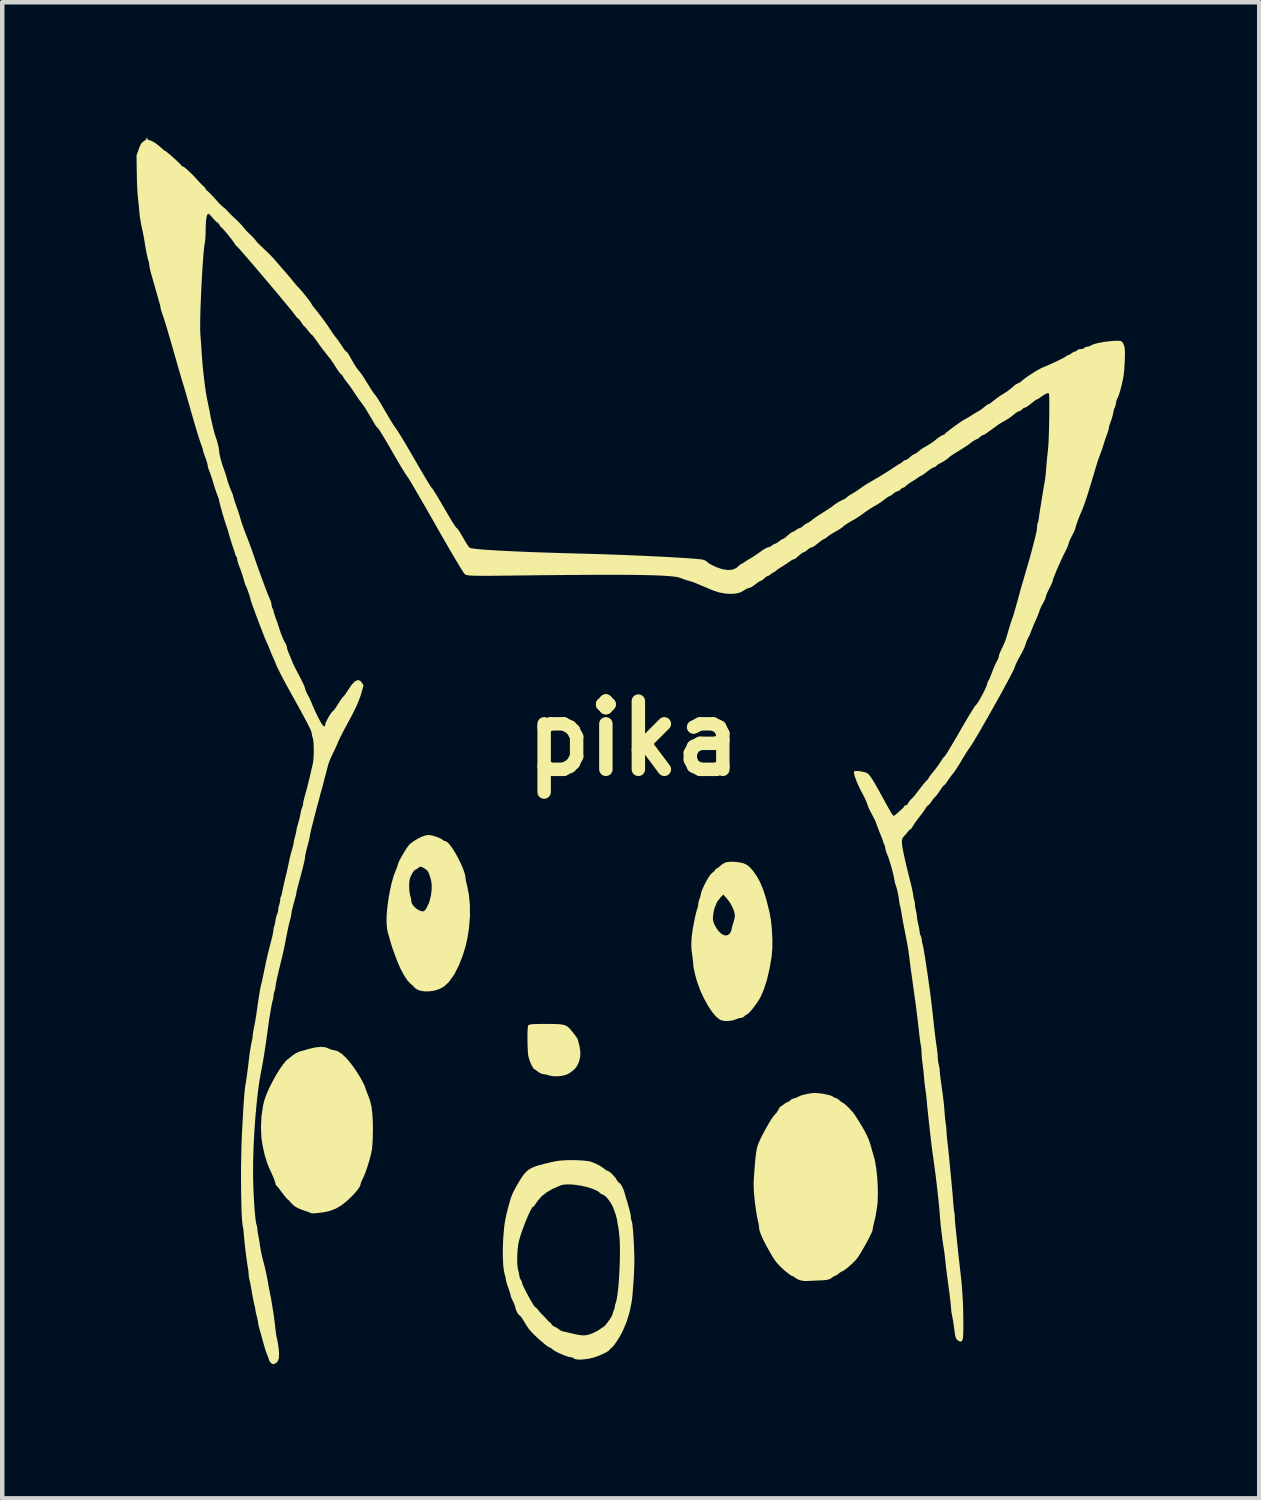
<source format=kicad_pcb>
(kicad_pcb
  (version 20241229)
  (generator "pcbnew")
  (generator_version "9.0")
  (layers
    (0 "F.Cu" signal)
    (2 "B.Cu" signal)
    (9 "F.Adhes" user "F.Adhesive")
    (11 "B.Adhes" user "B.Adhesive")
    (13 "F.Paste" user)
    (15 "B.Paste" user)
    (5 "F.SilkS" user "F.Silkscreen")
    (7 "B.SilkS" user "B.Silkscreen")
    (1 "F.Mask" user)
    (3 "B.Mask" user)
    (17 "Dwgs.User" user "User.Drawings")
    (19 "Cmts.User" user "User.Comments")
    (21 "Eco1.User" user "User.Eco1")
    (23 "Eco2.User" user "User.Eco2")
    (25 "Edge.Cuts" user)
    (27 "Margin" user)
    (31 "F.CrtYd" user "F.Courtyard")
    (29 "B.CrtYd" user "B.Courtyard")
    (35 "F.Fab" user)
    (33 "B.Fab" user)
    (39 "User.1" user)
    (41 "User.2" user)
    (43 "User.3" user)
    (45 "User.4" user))
  (footprint "pika"
    (layer "F.Cu")
    (at 11.101 13.446)
    (property "Reference" "pika" (at 0 0 0) (layer "F.SilkS") (effects (font (size 1.524 1.524) (thickness 0.3))))
    (attr board_only exclude_from_pos_files exclude_from_bom)
    (fp_poly (pts (xy -1.849 6.377) (xy -1.743 6.379) (xy -1.659 6.383) (xy -1.593 6.391) (xy -1.54 6.403) (xy -1.498 6.422) (xy -1.461 6.447) (xy -1.426 6.481) (xy -1.388 6.524) (xy -1.368 6.549) (xy -1.316 6.614) (xy -1.274 6.672) (xy -1.248 6.714) (xy -1.244 6.725) (xy -1.205 6.876) (xy -1.187 7) (xy -1.19 7.107) (xy -1.213 7.207) (xy -1.228 7.249) (xy -1.259 7.312) (xy -1.296 7.365) (xy -1.349 7.416) (xy -1.418 7.469) (xy -1.489 7.507) (xy -1.58 7.533) (xy -1.681 7.546) (xy -1.781 7.546) (xy -1.872 7.531) (xy -1.898 7.522) (xy -1.954 7.507) (xy -2.01 7.499) (xy -2.015 7.499) (xy -2.065 7.486) (xy -2.121 7.454) (xy -2.134 7.444) (xy -2.175 7.412) (xy -2.205 7.392) (xy -2.212 7.39) (xy -2.237 7.367) (xy -2.27 7.312) (xy -2.305 7.237) (xy -2.333 7.157) (xy -2.351 7.085) (xy -2.351 7.084) (xy -2.359 6.999) (xy -2.365 6.888) (xy -2.368 6.765) (xy -2.369 6.642) (xy -2.366 6.534) (xy -2.361 6.453) (xy -2.354 6.414) (xy -2.343 6.402) (xy -2.32 6.392) (xy -2.282 6.385) (xy -2.226 6.381) (xy -2.148 6.378) (xy -2.045 6.377) (xy -1.981 6.377)) (stroke (width 0) (type solid)) (fill yes) (layer "F.SilkS"))
    (fp_poly (pts (xy -6.889 6.897) (xy -6.824 6.92) (xy -6.767 6.945) (xy -6.713 6.96) (xy -6.688 6.964) (xy -6.607 6.985) (xy -6.513 7.048) (xy -6.406 7.15) (xy -6.345 7.221) (xy -6.268 7.321) (xy -6.191 7.432) (xy -6.12 7.545) (xy -6.058 7.653) (xy -6.012 7.746) (xy -5.99 7.804) (xy -5.966 7.878) (xy -5.933 7.96) (xy -5.925 7.979) (xy -5.882 8.098) (xy -5.851 8.234) (xy -5.832 8.397) (xy -5.822 8.595) (xy -5.821 8.724) (xy -5.824 8.913) (xy -5.831 9.065) (xy -5.841 9.174) (xy -5.843 9.184) (xy -5.868 9.304) (xy -5.905 9.443) (xy -5.949 9.584) (xy -5.993 9.71) (xy -6.034 9.805) (xy -6.039 9.815) (xy -6.069 9.876) (xy -6.088 9.923) (xy -6.092 9.939) (xy -6.106 9.994) (xy -6.148 10.064) (xy -6.219 10.15) (xy -6.256 10.191) (xy -6.394 10.326) (xy -6.521 10.427) (xy -6.645 10.5) (xy -6.775 10.551) (xy -6.811 10.561) (xy -6.866 10.573) (xy -6.932 10.585) (xy -7.003 10.594) (xy -7.072 10.602) (xy -7.133 10.607) (xy -7.179 10.608) (xy -7.203 10.605) (xy -7.205 10.603) (xy -7.221 10.595) (xy -7.26 10.579) (xy -7.313 10.56) (xy -7.33 10.555) (xy -7.429 10.52) (xy -7.504 10.487) (xy -7.563 10.453) (xy -7.61 10.415) (xy -7.647 10.375) (xy -7.685 10.331) (xy -7.714 10.303) (xy -7.723 10.299) (xy -7.74 10.284) (xy -7.775 10.243) (xy -7.822 10.183) (xy -7.855 10.139) (xy -7.907 10.071) (xy -7.949 10.017) (xy -7.977 9.985) (xy -7.985 9.979) (xy -7.996 9.958) (xy -7.997 9.951) (xy -8.007 9.905) (xy -8.034 9.829) (xy -8.077 9.729) (xy -8.124 9.629) (xy -8.183 9.485) (xy -8.237 9.308) (xy -8.281 9.119) (xy -8.309 8.937) (xy -8.311 8.925) (xy -8.322 8.687) (xy -8.31 8.444) (xy -8.277 8.213) (xy -8.245 8.081) (xy -8.204 7.962) (xy -8.145 7.826) (xy -8.074 7.683) (xy -7.996 7.54) (xy -7.916 7.407) (xy -7.838 7.294) (xy -7.769 7.209) (xy -7.727 7.169) (xy -7.691 7.142) (xy -7.643 7.103) (xy -7.613 7.079) (xy -7.552 7.038) (xy -7.483 7.003) (xy -7.448 6.991) (xy -7.383 6.973) (xy -7.308 6.952) (xy -7.255 6.936) (xy -7.108 6.902) (xy -6.987 6.889)) (stroke (width 0) (type solid)) (fill yes) (layer "F.SilkS"))
    (fp_poly (pts (xy 2.26 2.756) (xy 2.262 2.756) (xy 2.369 2.768) (xy 2.454 2.787) (xy 2.524 2.819) (xy 2.586 2.865) (xy 2.648 2.93) (xy 2.656 2.939) (xy 2.748 3.066) (xy 2.829 3.213) (xy 2.902 3.39) (xy 2.969 3.603) (xy 3.034 3.861) (xy 3.039 3.882) (xy 3.071 4.063) (xy 3.092 4.271) (xy 3.103 4.488) (xy 3.101 4.695) (xy 3.086 4.874) (xy 3.084 4.883) (xy 3.038 5.151) (xy 2.98 5.395) (xy 2.913 5.605) (xy 2.84 5.774) (xy 2.814 5.819) (xy 2.761 5.902) (xy 2.701 5.985) (xy 2.643 6.06) (xy 2.591 6.119) (xy 2.551 6.155) (xy 2.535 6.163) (xy 2.505 6.179) (xy 2.482 6.202) (xy 2.447 6.23) (xy 2.402 6.242) (xy 2.4 6.242) (xy 2.347 6.251) (xy 2.295 6.27) (xy 2.222 6.296) (xy 2.136 6.31) (xy 2.049 6.311) (xy 1.971 6.298) (xy 1.928 6.281) (xy 1.845 6.214) (xy 1.756 6.108) (xy 1.664 5.97) (xy 1.576 5.81) (xy 1.495 5.636) (xy 1.429 5.457) (xy 1.404 5.377) (xy 1.375 5.266) (xy 1.352 5.163) (xy 1.338 5.085) (xy 1.335 5.055) (xy 1.331 4.982) (xy 1.319 4.888) (xy 1.313 4.845) (xy 1.296 4.718) (xy 1.291 4.59) (xy 1.298 4.452) (xy 1.318 4.294) (xy 1.352 4.105) (xy 1.363 4.052) (xy 1.775 4.052) (xy 1.791 4.116) (xy 1.827 4.193) (xy 1.827 4.193) (xy 1.89 4.292) (xy 1.96 4.361) (xy 2.03 4.398) (xy 2.096 4.398) (xy 2.15 4.36) (xy 2.157 4.35) (xy 2.181 4.303) (xy 2.191 4.265) (xy 2.199 4.222) (xy 2.218 4.155) (xy 2.228 4.122) (xy 2.251 4.046) (xy 2.264 3.98) (xy 2.265 3.961) (xy 2.253 3.879) (xy 2.219 3.785) (xy 2.168 3.688) (xy 2.106 3.6) (xy 2.098 3.591) (xy 2.009 3.487) (xy 1.946 3.548) (xy 1.866 3.654) (xy 1.81 3.79) (xy 1.789 3.881) (xy 1.775 3.981) (xy 1.775 4.052) (xy 1.363 4.052) (xy 1.378 3.98) (xy 1.398 3.895) (xy 1.416 3.827) (xy 1.426 3.801) (xy 1.441 3.747) (xy 1.447 3.696) (xy 1.46 3.623) (xy 1.476 3.579) (xy 1.495 3.529) (xy 1.5 3.499) (xy 1.511 3.444) (xy 1.54 3.366) (xy 1.581 3.276) (xy 1.629 3.184) (xy 1.678 3.101) (xy 1.724 3.036) (xy 1.759 3.001) (xy 1.762 2.999) (xy 1.798 2.972) (xy 1.817 2.946) (xy 1.84 2.913) (xy 1.851 2.908) (xy 1.876 2.897) (xy 1.905 2.874) (xy 1.972 2.817) (xy 2.032 2.78) (xy 2.094 2.76) (xy 2.167 2.753)) (stroke (width 0) (type solid)) (fill yes) (layer "F.SilkS"))
    (fp_poly (pts (xy -4.525 2.163) (xy -4.46 2.179) (xy -4.393 2.2) (xy -4.332 2.224) (xy -4.286 2.248) (xy -4.273 2.257) (xy -4.233 2.285) (xy -4.201 2.295) (xy -4.158 2.316) (xy -4.104 2.373) (xy -4.041 2.459) (xy -3.975 2.565) (xy -3.911 2.683) (xy -3.852 2.805) (xy -3.802 2.923) (xy -3.767 3.028) (xy -3.751 3.114) (xy -3.751 3.129) (xy -3.744 3.173) (xy -3.729 3.243) (xy -3.718 3.283) (xy -3.677 3.486) (xy -3.655 3.717) (xy -3.653 3.964) (xy -3.672 4.214) (xy -3.675 4.241) (xy -3.71 4.46) (xy -3.755 4.658) (xy -3.815 4.851) (xy -3.896 5.057) (xy -4.002 5.27) (xy -4.12 5.436) (xy -4.229 5.539) (xy -4.32 5.591) (xy -4.429 5.628) (xy -4.547 5.648) (xy -4.663 5.65) (xy -4.767 5.633) (xy -4.804 5.62) (xy -4.847 5.598) (xy -4.878 5.577) (xy -4.885 5.569) (xy -4.904 5.548) (xy -4.941 5.513) (xy -4.987 5.472) (xy -5.059 5.393) (xy -5.137 5.273) (xy -5.214 5.123) (xy -5.287 4.952) (xy -5.302 4.909) (xy -5.333 4.825) (xy -5.361 4.749) (xy -5.372 4.721) (xy -5.393 4.658) (xy -5.42 4.571) (xy -5.438 4.507) (xy -5.462 4.421) (xy -5.483 4.35) (xy -5.492 4.317) (xy -5.502 4.265) (xy -5.511 4.182) (xy -5.515 4.125) (xy -5.516 3.979) (xy -5.502 3.802) (xy -5.477 3.608) (xy -5.443 3.412) (xy -5.419 3.302) (xy -5.011 3.302) (xy -5.006 3.409) (xy -4.994 3.488) (xy -4.988 3.507) (xy -4.97 3.573) (xy -4.966 3.619) (xy -4.952 3.68) (xy -4.914 3.742) (xy -4.858 3.797) (xy -4.802 3.832) (xy -4.74 3.858) (xy -4.697 3.863) (xy -4.664 3.844) (xy -4.631 3.801) (xy -4.627 3.795) (xy -4.562 3.659) (xy -4.522 3.497) (xy -4.51 3.385) (xy -4.507 3.29) (xy -4.513 3.216) (xy -4.531 3.137) (xy -4.543 3.096) (xy -4.57 3.014) (xy -4.597 2.963) (xy -4.634 2.927) (xy -4.671 2.903) (xy -4.721 2.874) (xy -4.753 2.864) (xy -4.78 2.871) (xy -4.808 2.892) (xy -4.847 2.921) (xy -4.877 2.935) (xy -4.88 2.935) (xy -4.902 2.953) (xy -4.934 3.001) (xy -4.957 3.042) (xy -4.988 3.109) (xy -5.004 3.168) (xy -5.01 3.24) (xy -5.011 3.302) (xy -5.419 3.302) (xy -5.402 3.226) (xy -5.356 3.065) (xy -5.309 2.942) (xy -5.308 2.941) (xy -5.282 2.879) (xy -5.267 2.831) (xy -5.266 2.82) (xy -5.255 2.785) (xy -5.227 2.725) (xy -5.187 2.649) (xy -5.139 2.567) (xy -5.091 2.488) (xy -5.046 2.42) (xy -5.01 2.374) (xy -5 2.364) (xy -4.915 2.298) (xy -4.82 2.239) (xy -4.725 2.193) (xy -4.638 2.164) (xy -4.576 2.156)) (stroke (width 0) (type solid)) (fill yes) (layer "F.SilkS"))
    (fp_poly (pts (xy 4.12 7.923) (xy 4.197 7.932) (xy 4.275 7.945) (xy 4.346 7.961) (xy 4.405 7.977) (xy 4.443 7.993) (xy 4.451 7.999) (xy 4.49 8.025) (xy 4.515 8.031) (xy 4.548 8.043) (xy 4.59 8.074) (xy 4.602 8.084) (xy 4.641 8.118) (xy 4.669 8.136) (xy 4.675 8.138) (xy 4.699 8.151) (xy 4.743 8.187) (xy 4.799 8.24) (xy 4.861 8.305) (xy 4.891 8.338) (xy 4.927 8.385) (xy 4.977 8.459) (xy 5.036 8.552) (xy 5.097 8.654) (xy 5.105 8.667) (xy 5.174 8.789) (xy 5.224 8.889) (xy 5.262 8.978) (xy 5.292 9.068) (xy 5.304 9.111) (xy 5.33 9.206) (xy 5.353 9.285) (xy 5.367 9.334) (xy 5.369 9.338) (xy 5.4 9.462) (xy 5.425 9.624) (xy 5.445 9.809) (xy 5.456 10.004) (xy 5.459 10.194) (xy 5.453 10.363) (xy 5.446 10.432) (xy 5.41 10.663) (xy 5.362 10.867) (xy 5.362 10.868) (xy 5.347 10.934) (xy 5.341 10.983) (xy 5.331 11.014) (xy 5.303 11.076) (xy 5.261 11.16) (xy 5.208 11.259) (xy 5.172 11.325) (xy 5.103 11.445) (xy 5.049 11.535) (xy 5.002 11.604) (xy 4.956 11.66) (xy 4.904 11.713) (xy 4.849 11.763) (xy 4.786 11.818) (xy 4.73 11.862) (xy 4.689 11.892) (xy 4.67 11.9) (xy 4.64 11.912) (xy 4.598 11.941) (xy 4.583 11.953) (xy 4.541 11.985) (xy 4.507 12.004) (xy 4.499 12.005) (xy 4.471 12.018) (xy 4.431 12.046) (xy 4.424 12.052) (xy 4.392 12.073) (xy 4.347 12.088) (xy 4.283 12.099) (xy 4.195 12.105) (xy 4.178 12.106) (xy 4.093 12.109) (xy 4.007 12.113) (xy 3.931 12.117) (xy 3.878 12.12) (xy 3.811 12.119) (xy 3.743 12.108) (xy 3.698 12.094) (xy 3.649 12.07) (xy 3.61 12.045) (xy 3.597 12.034) (xy 3.56 12.01) (xy 3.541 12.006) (xy 3.516 11.995) (xy 3.472 11.963) (xy 3.413 11.916) (xy 3.347 11.86) (xy 3.268 11.785) (xy 3.204 11.716) (xy 3.147 11.64) (xy 3.086 11.543) (xy 3.05 11.48) (xy 2.96 11.318) (xy 2.89 11.179) (xy 2.84 11.065) (xy 2.812 10.978) (xy 2.806 10.934) (xy 2.8 10.873) (xy 2.785 10.798) (xy 2.784 10.796) (xy 2.758 10.673) (xy 2.733 10.518) (xy 2.711 10.354) (xy 2.696 10.203) (xy 2.693 10.165) (xy 2.687 10.063) (xy 2.685 9.985) (xy 2.685 9.913) (xy 2.689 9.828) (xy 2.697 9.712) (xy 2.699 9.685) (xy 2.714 9.489) (xy 2.728 9.339) (xy 2.744 9.224) (xy 2.761 9.137) (xy 2.782 9.07) (xy 2.782 9.069) (xy 2.815 8.992) (xy 2.861 8.895) (xy 2.916 8.788) (xy 2.976 8.68) (xy 3.034 8.58) (xy 3.086 8.495) (xy 3.127 8.436) (xy 3.149 8.412) (xy 3.194 8.364) (xy 3.234 8.3) (xy 3.236 8.296) (xy 3.264 8.245) (xy 3.287 8.219) (xy 3.291 8.217) (xy 3.316 8.206) (xy 3.35 8.178) (xy 3.396 8.145) (xy 3.444 8.122) (xy 3.481 8.105) (xy 3.503 8.085) (xy 3.504 8.083) (xy 3.522 8.066) (xy 3.559 8.049) (xy 3.582 8.042) (xy 3.634 8.025) (xy 3.679 8.005) (xy 3.691 7.998) (xy 3.728 7.981) (xy 3.786 7.963) (xy 3.856 7.946) (xy 3.93 7.931) (xy 3.999 7.922) (xy 4.051 7.919)) (stroke (width 0) (type solid)) (fill yes) (layer "F.SilkS"))
    (fp_poly (pts (xy -1.237 9.422) (xy -1.13 9.428) (xy -1.037 9.438) (xy -0.965 9.451) (xy -0.945 9.457) (xy -0.837 9.5) (xy -0.741 9.55) (xy -0.664 9.602) (xy -0.643 9.621) (xy -0.607 9.648) (xy -0.58 9.658) (xy -0.547 9.673) (xy -0.499 9.711) (xy -0.448 9.762) (xy -0.402 9.817) (xy -0.376 9.857) (xy -0.347 9.903) (xy -0.324 9.925) (xy -0.322 9.925) (xy -0.295 9.946) (xy -0.26 9.998) (xy -0.227 10.067) (xy -0.206 10.125) (xy -0.189 10.186) (xy -0.162 10.277) (xy -0.131 10.381) (xy -0.122 10.411) (xy -0.094 10.512) (xy -0.072 10.602) (xy -0.061 10.666) (xy -0.06 10.679) (xy -0.053 10.743) (xy -0.042 10.774) (xy -0.03 10.819) (xy -0.019 10.907) (xy -0.007 11.03) (xy 0.003 11.177) (xy 0.011 11.338) (xy 0.017 11.505) (xy 0.02 11.646) (xy 0.018 11.774) (xy 0.012 11.936) (xy 0.002 12.115) (xy -0.011 12.293) (xy -0.025 12.454) (xy -0.039 12.578) (xy -0.04 12.579) (xy -0.085 12.806) (xy -0.154 13.031) (xy -0.243 13.243) (xy -0.312 13.37) (xy -0.365 13.454) (xy -0.415 13.527) (xy -0.455 13.578) (xy -0.473 13.595) (xy -0.507 13.625) (xy -0.529 13.649) (xy -0.529 13.65) (xy -0.56 13.682) (xy -0.62 13.719) (xy -0.708 13.761) (xy -0.823 13.807) (xy -0.825 13.808) (xy -0.908 13.834) (xy -0.998 13.855) (xy -1.089 13.868) (xy -1.174 13.875) (xy -1.247 13.874) (xy -1.303 13.864) (xy -1.335 13.847) (xy -1.365 13.829) (xy -1.407 13.82) (xy -1.41 13.82) (xy -1.452 13.813) (xy -1.511 13.794) (xy -1.579 13.767) (xy -1.651 13.736) (xy -1.718 13.703) (xy -1.774 13.672) (xy -1.811 13.646) (xy -1.821 13.634) (xy -1.847 13.612) (xy -1.871 13.607) (xy -1.895 13.595) (xy -1.941 13.563) (xy -2.003 13.514) (xy -2.074 13.453) (xy -2.116 13.416) (xy -2.208 13.331) (xy -2.279 13.258) (xy -2.337 13.19) (xy -2.386 13.12) (xy -2.425 13.056) (xy -2.47 12.981) (xy -2.51 12.923) (xy -2.538 12.891) (xy -2.545 12.887) (xy -2.569 12.867) (xy -2.6 12.819) (xy -2.626 12.761) (xy -2.64 12.712) (xy -2.64 12.707) (xy -2.65 12.669) (xy -2.674 12.61) (xy -2.693 12.57) (xy -2.723 12.506) (xy -2.742 12.456) (xy -2.746 12.439) (xy -2.753 12.404) (xy -2.773 12.339) (xy -2.798 12.269) (xy -2.826 12.189) (xy -2.845 12.121) (xy -2.851 12.086) (xy -2.859 12.032) (xy -2.871 11.992) (xy -2.893 11.904) (xy -2.909 11.774) (xy -2.917 11.611) (xy -2.918 11.592) (xy -2.597 11.592) (xy -2.596 11.717) (xy -2.588 11.82) (xy -2.574 11.887) (xy -2.573 11.888) (xy -2.556 11.954) (xy -2.551 11.999) (xy -2.538 12.058) (xy -2.52 12.086) (xy -2.497 12.126) (xy -2.49 12.158) (xy -2.48 12.191) (xy -2.453 12.253) (xy -2.414 12.332) (xy -2.368 12.421) (xy -2.319 12.511) (xy -2.272 12.592) (xy -2.233 12.656) (xy -2.206 12.694) (xy -2.197 12.7) (xy -2.176 12.715) (xy -2.141 12.752) (xy -2.118 12.78) (xy -2.081 12.826) (xy -2.055 12.855) (xy -2.048 12.86) (xy -2.033 12.873) (xy -2 12.908) (xy -1.959 12.953) (xy -1.915 13.002) (xy -1.88 13.035) (xy -1.863 13.047) (xy -1.843 13.065) (xy -1.831 13.086) (xy -1.804 13.117) (xy -1.764 13.14) (xy -1.758 13.143) (xy -1.711 13.165) (xy -1.671 13.195) (xy -1.669 13.197) (xy -1.634 13.223) (xy -1.584 13.243) (xy -1.564 13.248) (xy -1.517 13.258) (xy -1.451 13.273) (xy -1.378 13.291) (xy -1.35 13.297) (xy -1.233 13.323) (xy -1.137 13.334) (xy -1.054 13.33) (xy -0.976 13.311) (xy -0.909 13.284) (xy -0.845 13.253) (xy -0.787 13.221) (xy -0.746 13.195) (xy -0.74 13.191) (xy -0.706 13.166) (xy -0.684 13.154) (xy -0.683 13.154) (xy -0.658 13.137) (xy -0.619 13.095) (xy -0.574 13.038) (xy -0.529 12.976) (xy -0.493 12.918) (xy -0.472 12.875) (xy -0.471 12.868) (xy -0.455 12.807) (xy -0.441 12.778) (xy -0.423 12.73) (xy -0.42 12.706) (xy -0.411 12.651) (xy -0.4 12.622) (xy -0.379 12.552) (xy -0.36 12.437) (xy -0.342 12.288) (xy -0.327 12.114) (xy -0.315 11.924) (xy -0.307 11.727) (xy -0.303 11.534) (xy -0.303 11.353) (xy -0.309 11.193) (xy -0.315 11.113) (xy -0.326 11.012) (xy -0.337 10.929) (xy -0.346 10.88) (xy -0.346 10.879) (xy -0.358 10.826) (xy -0.36 10.804) (xy -0.369 10.743) (xy -0.391 10.657) (xy -0.423 10.561) (xy -0.457 10.471) (xy -0.491 10.403) (xy -0.549 10.316) (xy -0.606 10.246) (xy -0.656 10.203) (xy -0.685 10.192) (xy -0.72 10.177) (xy -0.743 10.157) (xy -0.79 10.118) (xy -0.862 10.081) (xy -0.952 10.047) (xy -1.055 10.017) (xy -1.166 9.992) (xy -1.279 9.974) (xy -1.388 9.963) (xy -1.487 9.961) (xy -1.571 9.969) (xy -1.62 9.981) (xy -1.793 10.054) (xy -1.936 10.136) (xy -2.053 10.228) (xy -2.142 10.331) (xy -2.165 10.366) (xy -2.201 10.419) (xy -2.23 10.453) (xy -2.241 10.459) (xy -2.264 10.48) (xy -2.298 10.54) (xy -2.341 10.629) (xy -2.389 10.739) (xy -2.438 10.862) (xy -2.485 10.989) (xy -2.526 11.112) (xy -2.558 11.223) (xy -2.563 11.243) (xy -2.58 11.34) (xy -2.592 11.462) (xy -2.597 11.592) (xy -2.918 11.592) (xy -2.919 11.427) (xy -2.913 11.232) (xy -2.91 11.179) (xy -2.898 11.016) (xy -2.885 10.886) (xy -2.868 10.772) (xy -2.844 10.655) (xy -2.81 10.517) (xy -2.791 10.445) (xy -2.757 10.323) (xy -2.726 10.228) (xy -2.692 10.146) (xy -2.648 10.06) (xy -2.589 9.955) (xy -2.586 9.951) (xy -2.532 9.86) (xy -2.482 9.783) (xy -2.435 9.721) (xy -2.386 9.669) (xy -2.331 9.626) (xy -2.267 9.59) (xy -2.191 9.558) (xy -2.097 9.529) (xy -1.984 9.499) (xy -1.846 9.467) (xy -1.755 9.447) (xy -1.676 9.434) (xy -1.578 9.425) (xy -1.468 9.42) (xy -1.352 9.419)) (stroke (width 0) (type solid)) (fill yes) (layer "F.SilkS"))
    (fp_poly (pts (xy -10.864 -13.426) (xy -10.864 -13.414) (xy -10.85 -13.375) (xy -10.828 -13.367) (xy -10.775 -13.353) (xy -10.705 -13.316) (xy -10.627 -13.26) (xy -10.567 -13.209) (xy -10.52 -13.167) (xy -10.483 -13.137) (xy -10.465 -13.127) (xy -10.445 -13.115) (xy -10.405 -13.084) (xy -10.352 -13.04) (xy -10.292 -12.987) (xy -10.231 -12.932) (xy -10.176 -12.88) (xy -10.132 -12.838) (xy -10.107 -12.81) (xy -10.104 -12.804) (xy -10.083 -12.782) (xy -10.07 -12.778) (xy -10.042 -12.766) (xy -10.001 -12.734) (xy -9.977 -12.713) (xy -9.929 -12.668) (xy -9.886 -12.628) (xy -9.872 -12.615) (xy -9.841 -12.585) (xy -9.795 -12.535) (xy -9.741 -12.476) (xy -9.731 -12.465) (xy -9.678 -12.407) (xy -9.63 -12.359) (xy -9.597 -12.328) (xy -9.593 -12.325) (xy -9.566 -12.298) (xy -9.557 -12.274) (xy -9.545 -12.248) (xy -9.54 -12.246) (xy -9.519 -12.233) (xy -9.479 -12.196) (xy -9.426 -12.142) (xy -9.365 -12.077) (xy -9.302 -12.007) (xy -9.279 -11.98) (xy -9.23 -11.928) (xy -9.18 -11.883) (xy -9.167 -11.873) (xy -9.117 -11.831) (xy -9.07 -11.782) (xy -9.069 -11.782) (xy -9.036 -11.745) (xy -8.984 -11.693) (xy -8.924 -11.636) (xy -8.897 -11.611) (xy -8.834 -11.551) (xy -8.775 -11.491) (xy -8.729 -11.44) (xy -8.717 -11.424) (xy -8.669 -11.365) (xy -8.62 -11.312) (xy -8.612 -11.305) (xy -8.529 -11.226) (xy -8.469 -11.163) (xy -8.439 -11.126) (xy -8.422 -11.103) (xy -8.398 -11.075) (xy -8.362 -11.039) (xy -8.31 -10.989) (xy -8.238 -10.92) (xy -8.206 -10.89) (xy -8.14 -10.827) (xy -8.076 -10.761) (xy -8.023 -10.704) (xy -8.011 -10.69) (xy -7.967 -10.638) (xy -7.907 -10.569) (xy -7.842 -10.493) (xy -7.807 -10.454) (xy -7.74 -10.376) (xy -7.672 -10.296) (xy -7.613 -10.225) (xy -7.591 -10.198) (xy -7.547 -10.143) (xy -7.512 -10.102) (xy -7.493 -10.083) (xy -7.467 -10.057) (xy -7.425 -10.009) (xy -7.373 -9.947) (xy -7.318 -9.88) (xy -7.267 -9.814) (xy -7.225 -9.759) (xy -7.201 -9.723) (xy -7.198 -9.717) (xy -7.175 -9.677) (xy -7.136 -9.624) (xy -7.111 -9.594) (xy -7.051 -9.52) (xy -6.978 -9.424) (xy -6.9 -9.319) (xy -6.827 -9.216) (xy -6.768 -9.128) (xy -6.759 -9.113) (xy -6.71 -9.04) (xy -6.658 -8.968) (xy -6.639 -8.945) (xy -6.593 -8.886) (xy -6.541 -8.809) (xy -6.508 -8.759) (xy -6.468 -8.699) (xy -6.435 -8.658) (xy -6.417 -8.645) (xy -6.395 -8.626) (xy -6.363 -8.58) (xy -6.343 -8.544) (xy -6.277 -8.427) (xy -6.217 -8.326) (xy -6.165 -8.25) (xy -6.129 -8.207) (xy -6.126 -8.204) (xy -6.102 -8.176) (xy -6.062 -8.12) (xy -6.011 -8.042) (xy -5.955 -7.95) (xy -5.947 -7.938) (xy -5.89 -7.845) (xy -5.838 -7.765) (xy -5.797 -7.705) (xy -5.771 -7.672) (xy -5.769 -7.671) (xy -5.748 -7.644) (xy -5.709 -7.586) (xy -5.658 -7.503) (xy -5.599 -7.403) (xy -5.548 -7.315) (xy -5.482 -7.202) (xy -5.419 -7.096) (xy -5.363 -7.007) (xy -5.32 -6.942) (xy -5.3 -6.915) (xy -5.274 -6.879) (xy -5.231 -6.81) (xy -5.172 -6.714) (xy -5.101 -6.596) (xy -5.021 -6.461) (xy -4.935 -6.313) (xy -4.883 -6.223) (xy -4.797 -6.075) (xy -4.718 -5.939) (xy -4.648 -5.82) (xy -4.589 -5.723) (xy -4.545 -5.652) (xy -4.518 -5.611) (xy -4.51 -5.603) (xy -4.495 -5.585) (xy -4.461 -5.535) (xy -4.414 -5.46) (xy -4.356 -5.364) (xy -4.291 -5.254) (xy -4.286 -5.245) (xy -4.192 -5.083) (xy -4.116 -4.955) (xy -4.058 -4.857) (xy -4.014 -4.787) (xy -3.982 -4.739) (xy -3.96 -4.71) (xy -3.946 -4.697) (xy -3.941 -4.695) (xy -3.924 -4.677) (xy -3.891 -4.628) (xy -3.848 -4.557) (xy -3.811 -4.492) (xy -3.76 -4.405) (xy -3.714 -4.331) (xy -3.677 -4.279) (xy -3.661 -4.261) (xy -3.633 -4.252) (xy -3.577 -4.242) (xy -3.492 -4.232) (xy -3.38 -4.221) (xy -3.241 -4.211) (xy -3.077 -4.201) (xy -2.888 -4.191) (xy -2.675 -4.18) (xy -2.439 -4.17) (xy -2.182 -4.16) (xy -1.903 -4.151) (xy -1.604 -4.141) (xy -1.285 -4.132) (xy -1.088 -4.127) (xy -0.878 -4.121) (xy -0.664 -4.114) (xy -0.446 -4.107) (xy -0.228 -4.099) (xy -0.013 -4.09) (xy 0.199 -4.081) (xy 0.404 -4.071) (xy 0.6 -4.062) (xy 0.784 -4.052) (xy 0.955 -4.042) (xy 1.11 -4.033) (xy 1.247 -4.024) (xy 1.362 -4.015) (xy 1.455 -4.006) (xy 1.522 -3.999) (xy 1.559 -3.992) (xy 1.605 -3.975) (xy 1.641 -3.949) (xy 1.649 -3.941) (xy 1.672 -3.92) (xy 1.718 -3.892) (xy 1.78 -3.86) (xy 1.843 -3.83) (xy 1.977 -3.783) (xy 2.099 -3.763) (xy 2.205 -3.77) (xy 2.291 -3.804) (xy 2.331 -3.837) (xy 2.369 -3.873) (xy 2.397 -3.894) (xy 2.403 -3.895) (xy 2.426 -3.905) (xy 2.463 -3.929) (xy 2.466 -3.931) (xy 2.504 -3.957) (xy 2.559 -3.992) (xy 2.618 -4.027) (xy 2.685 -4.068) (xy 2.763 -4.12) (xy 2.837 -4.173) (xy 2.845 -4.178) (xy 2.905 -4.22) (xy 2.961 -4.252) (xy 3.001 -4.269) (xy 3.01 -4.27) (xy 3.057 -4.284) (xy 3.091 -4.309) (xy 3.13 -4.338) (xy 3.159 -4.348) (xy 3.191 -4.36) (xy 3.235 -4.389) (xy 3.252 -4.402) (xy 3.295 -4.435) (xy 3.329 -4.454) (xy 3.338 -4.456) (xy 3.363 -4.468) (xy 3.404 -4.499) (xy 3.446 -4.536) (xy 3.495 -4.578) (xy 3.538 -4.608) (xy 3.562 -4.617) (xy 3.598 -4.631) (xy 3.631 -4.656) (xy 3.671 -4.685) (xy 3.702 -4.695) (xy 3.737 -4.708) (xy 3.781 -4.739) (xy 3.792 -4.749) (xy 3.831 -4.783) (xy 3.861 -4.801) (xy 3.866 -4.803) (xy 3.891 -4.812) (xy 3.93 -4.837) (xy 3.942 -4.845) (xy 4.018 -4.903) (xy 4.076 -4.944) (xy 4.126 -4.978) (xy 4.141 -4.988) (xy 4.261 -5.064) (xy 4.354 -5.125) (xy 4.421 -5.17) (xy 4.459 -5.198) (xy 4.463 -5.202) (xy 4.517 -5.242) (xy 4.585 -5.285) (xy 4.652 -5.32) (xy 4.684 -5.335) (xy 4.726 -5.355) (xy 4.756 -5.378) (xy 4.759 -5.381) (xy 4.782 -5.402) (xy 4.825 -5.432) (xy 4.879 -5.464) (xy 4.883 -5.467) (xy 4.943 -5.502) (xy 4.997 -5.536) (xy 5.033 -5.562) (xy 5.109 -5.618) (xy 5.201 -5.678) (xy 5.314 -5.745) (xy 5.319 -5.747) (xy 5.415 -5.803) (xy 5.519 -5.865) (xy 5.623 -5.929) (xy 5.718 -5.989) (xy 5.797 -6.04) (xy 5.821 -6.057) (xy 5.877 -6.094) (xy 5.931 -6.127) (xy 5.956 -6.141) (xy 5.995 -6.166) (xy 6.021 -6.19) (xy 6.023 -6.192) (xy 6.048 -6.212) (xy 6.071 -6.217) (xy 6.103 -6.229) (xy 6.149 -6.26) (xy 6.175 -6.283) (xy 6.22 -6.321) (xy 6.257 -6.346) (xy 6.271 -6.35) (xy 6.298 -6.361) (xy 6.34 -6.39) (xy 6.362 -6.409) (xy 6.417 -6.453) (xy 6.473 -6.491) (xy 6.489 -6.5) (xy 6.551 -6.535) (xy 6.618 -6.577) (xy 6.678 -6.616) (xy 6.714 -6.643) (xy 6.798 -6.71) (xy 6.859 -6.753) (xy 6.899 -6.774) (xy 6.913 -6.777) (xy 6.944 -6.789) (xy 6.955 -6.801) (xy 6.974 -6.822) (xy 7.016 -6.856) (xy 7.073 -6.901) (xy 7.14 -6.952) (xy 7.211 -7.003) (xy 7.279 -7.051) (xy 7.338 -7.091) (xy 7.382 -7.119) (xy 7.396 -7.126) (xy 7.437 -7.148) (xy 7.494 -7.181) (xy 7.554 -7.219) (xy 7.613 -7.256) (xy 7.666 -7.288) (xy 7.703 -7.308) (xy 7.704 -7.309) (xy 7.743 -7.332) (xy 7.794 -7.37) (xy 7.831 -7.4) (xy 7.878 -7.438) (xy 7.916 -7.464) (xy 7.934 -7.471) (xy 7.958 -7.481) (xy 8 -7.51) (xy 8.051 -7.55) (xy 8.053 -7.552) (xy 8.12 -7.604) (xy 8.197 -7.658) (xy 8.257 -7.695) (xy 8.357 -7.76) (xy 8.456 -7.838) (xy 8.522 -7.896) (xy 8.552 -7.916) (xy 8.594 -7.936) (xy 8.597 -7.937) (xy 8.636 -7.956) (xy 8.663 -7.976) (xy 8.664 -7.978) (xy 8.69 -8.003) (xy 8.739 -8.04) (xy 8.803 -8.086) (xy 8.876 -8.135) (xy 8.952 -8.183) (xy 9.024 -8.227) (xy 9.087 -8.262) (xy 9.132 -8.284) (xy 9.133 -8.284) (xy 9.206 -8.314) (xy 9.288 -8.35) (xy 9.375 -8.389) (xy 9.459 -8.428) (xy 9.536 -8.466) (xy 9.599 -8.498) (xy 9.643 -8.523) (xy 9.659 -8.535) (xy 9.696 -8.559) (xy 9.717 -8.565) (xy 9.75 -8.577) (xy 9.787 -8.605) (xy 9.829 -8.634) (xy 9.865 -8.645) (xy 9.896 -8.655) (xy 9.909 -8.671) (xy 9.929 -8.687) (xy 9.967 -8.696) (xy 9.992 -8.698) (xy 10.036 -8.703) (xy 10.067 -8.716) (xy 10.074 -8.725) (xy 10.094 -8.743) (xy 10.131 -8.751) (xy 10.134 -8.751) (xy 10.184 -8.761) (xy 10.227 -8.782) (xy 10.268 -8.802) (xy 10.332 -8.822) (xy 10.413 -8.84) (xy 10.505 -8.857) (xy 10.601 -8.87) (xy 10.694 -8.879) (xy 10.779 -8.884) (xy 10.847 -8.883) (xy 10.895 -8.876) (xy 10.901 -8.873) (xy 10.932 -8.839) (xy 10.959 -8.779) (xy 10.961 -8.774) (xy 10.974 -8.699) (xy 10.979 -8.589) (xy 10.975 -8.44) (xy 10.963 -8.247) (xy 10.956 -8.164) (xy 10.944 -8.08) (xy 10.924 -7.974) (xy 10.897 -7.861) (xy 10.868 -7.753) (xy 10.839 -7.664) (xy 10.816 -7.607) (xy 10.809 -7.597) (xy 10.792 -7.558) (xy 10.78 -7.499) (xy 10.766 -7.431) (xy 10.749 -7.389) (xy 10.73 -7.347) (xy 10.727 -7.326) (xy 10.72 -7.278) (xy 10.701 -7.203) (xy 10.675 -7.118) (xy 10.648 -7.044) (xy 10.629 -6.987) (xy 10.622 -6.946) (xy 10.614 -6.906) (xy 10.594 -6.841) (xy 10.579 -6.798) (xy 10.544 -6.701) (xy 10.508 -6.593) (xy 10.498 -6.558) (xy 10.468 -6.465) (xy 10.437 -6.376) (xy 10.425 -6.345) (xy 10.404 -6.29) (xy 10.384 -6.235) (xy 10.362 -6.167) (xy 10.334 -6.076) (xy 10.296 -5.95) (xy 10.291 -5.931) (xy 10.22 -5.695) (xy 10.157 -5.49) (xy 10.102 -5.322) (xy 10.058 -5.194) (xy 10.025 -5.11) (xy 10.019 -5.096) (xy 9.985 -5.018) (xy 9.948 -4.927) (xy 9.914 -4.837) (xy 9.888 -4.76) (xy 9.873 -4.707) (xy 9.872 -4.696) (xy 9.862 -4.664) (xy 9.836 -4.607) (xy 9.8 -4.536) (xy 9.797 -4.531) (xy 9.76 -4.458) (xy 9.733 -4.397) (xy 9.722 -4.359) (xy 9.722 -4.358) (xy 9.712 -4.322) (xy 9.687 -4.26) (xy 9.651 -4.184) (xy 9.642 -4.168) (xy 9.593 -4.07) (xy 9.541 -3.959) (xy 9.49 -3.844) (xy 9.443 -3.734) (xy 9.403 -3.637) (xy 9.375 -3.562) (xy 9.362 -3.517) (xy 9.362 -3.512) (xy 9.352 -3.482) (xy 9.327 -3.425) (xy 9.291 -3.354) (xy 9.287 -3.346) (xy 9.25 -3.272) (xy 9.223 -3.209) (xy 9.212 -3.171) (xy 9.212 -3.169) (xy 9.202 -3.131) (xy 9.176 -3.073) (xy 9.151 -3.027) (xy 9.111 -2.952) (xy 9.078 -2.877) (xy 9.066 -2.841) (xy 9.043 -2.778) (xy 9.009 -2.694) (xy 8.98 -2.628) (xy 8.94 -2.541) (xy 8.905 -2.453) (xy 8.885 -2.401) (xy 8.853 -2.32) (xy 8.818 -2.247) (xy 8.814 -2.241) (xy 8.78 -2.171) (xy 8.755 -2.095) (xy 8.755 -2.094) (xy 8.736 -2.04) (xy 8.701 -1.964) (xy 8.656 -1.878) (xy 8.635 -1.841) (xy 8.587 -1.754) (xy 8.547 -1.671) (xy 8.519 -1.604) (xy 8.513 -1.583) (xy 8.498 -1.546) (xy 8.464 -1.477) (xy 8.414 -1.38) (xy 8.35 -1.26) (xy 8.275 -1.122) (xy 8.193 -0.971) (xy 8.104 -0.812) (xy 8.013 -0.649) (xy 7.922 -0.488) (xy 7.833 -0.332) (xy 7.75 -0.187) (xy 7.674 -0.058) (xy 7.609 0.051) (xy 7.558 0.135) (xy 7.522 0.188) (xy 7.518 0.194) (xy 7.47 0.262) (xy 7.412 0.353) (xy 7.351 0.452) (xy 7.325 0.498) (xy 7.268 0.593) (xy 7.209 0.685) (xy 7.157 0.76) (xy 7.136 0.786) (xy 7.084 0.852) (xy 7.034 0.921) (xy 7.009 0.959) (xy 6.975 1.009) (xy 6.948 1.038) (xy 6.942 1.041) (xy 6.922 1.057) (xy 6.888 1.101) (xy 6.856 1.149) (xy 6.811 1.216) (xy 6.767 1.274) (xy 6.744 1.299) (xy 6.702 1.345) (xy 6.658 1.405) (xy 6.65 1.418) (xy 6.615 1.465) (xy 6.587 1.492) (xy 6.581 1.494) (xy 6.557 1.512) (xy 6.533 1.549) (xy 6.508 1.589) (xy 6.466 1.649) (xy 6.414 1.718) (xy 6.392 1.746) (xy 6.337 1.818) (xy 6.287 1.887) (xy 6.251 1.943) (xy 6.242 1.958) (xy 6.213 2.005) (xy 6.19 2.027) (xy 6.188 2.028) (xy 6.164 2.043) (xy 6.134 2.078) (xy 6.096 2.126) (xy 6.051 2.176) (xy 6.046 2.181) (xy 6.018 2.214) (xy 6.001 2.251) (xy 5.994 2.301) (xy 5.999 2.372) (xy 6.015 2.471) (xy 6.042 2.606) (xy 6.065 2.708) (xy 6.086 2.802) (xy 6.107 2.889) (xy 6.115 2.922) (xy 6.16 3.101) (xy 6.194 3.238) (xy 6.219 3.342) (xy 6.235 3.419) (xy 6.245 3.476) (xy 6.25 3.51) (xy 6.26 3.576) (xy 6.272 3.615) (xy 6.273 3.617) (xy 6.283 3.652) (xy 6.287 3.704) (xy 6.295 3.783) (xy 6.309 3.842) (xy 6.325 3.917) (xy 6.331 3.975) (xy 6.338 4.041) (xy 6.355 4.125) (xy 6.361 4.149) (xy 6.379 4.228) (xy 6.39 4.297) (xy 6.391 4.312) (xy 6.401 4.374) (xy 6.414 4.402) (xy 6.433 4.451) (xy 6.436 4.479) (xy 6.443 4.532) (xy 6.459 4.6) (xy 6.46 4.602) (xy 6.472 4.657) (xy 6.49 4.757) (xy 6.513 4.895) (xy 6.539 5.065) (xy 6.568 5.259) (xy 6.598 5.471) (xy 6.617 5.603) (xy 6.633 5.725) (xy 6.651 5.868) (xy 6.668 6.012) (xy 6.683 6.139) (xy 6.691 6.217) (xy 6.71 6.391) (xy 6.73 6.567) (xy 6.75 6.727) (xy 6.768 6.857) (xy 6.774 6.899) (xy 6.787 6.998) (xy 6.796 7.091) (xy 6.797 7.126) (xy 6.804 7.211) (xy 6.819 7.284) (xy 6.835 7.361) (xy 6.841 7.423) (xy 6.845 7.477) (xy 6.855 7.569) (xy 6.871 7.686) (xy 6.888 7.81) (xy 6.909 7.957) (xy 6.927 8.108) (xy 6.941 8.243) (xy 6.947 8.324) (xy 6.955 8.434) (xy 6.965 8.531) (xy 6.974 8.597) (xy 6.975 8.6) (xy 6.987 8.685) (xy 6.991 8.756) (xy 6.995 8.824) (xy 7.003 8.922) (xy 7.013 9.014) (xy 7.025 9.115) (xy 7.039 9.248) (xy 7.054 9.397) (xy 7.065 9.512) (xy 7.079 9.657) (xy 7.093 9.803) (xy 7.105 9.93) (xy 7.112 10.005) (xy 7.124 10.133) (xy 7.136 10.274) (xy 7.141 10.352) (xy 7.15 10.455) (xy 7.16 10.546) (xy 7.169 10.596) (xy 7.178 10.651) (xy 7.177 10.679) (xy 7.177 10.709) (xy 7.182 10.78) (xy 7.191 10.882) (xy 7.203 10.996) (xy 7.217 11.13) (xy 7.23 11.259) (xy 7.241 11.364) (xy 7.247 11.419) (xy 7.254 11.489) (xy 7.266 11.598) (xy 7.282 11.733) (xy 7.298 11.88) (xy 7.304 11.926) (xy 7.329 12.16) (xy 7.346 12.378) (xy 7.359 12.597) (xy 7.366 12.834) (xy 7.369 13.093) (xy 7.368 13.246) (xy 7.363 13.353) (xy 7.354 13.421) (xy 7.337 13.459) (xy 7.313 13.473) (xy 7.304 13.474) (xy 7.27 13.462) (xy 7.232 13.435) (xy 7.21 13.408) (xy 7.193 13.368) (xy 7.18 13.303) (xy 7.166 13.199) (xy 7.164 13.188) (xy 7.15 13.076) (xy 7.133 12.974) (xy 7.119 12.902) (xy 7.118 12.896) (xy 7.103 12.824) (xy 7.097 12.764) (xy 7.097 12.763) (xy 7.093 12.709) (xy 7.084 12.614) (xy 7.07 12.49) (xy 7.052 12.347) (xy 7.032 12.197) (xy 7.026 12.153) (xy 7.002 11.976) (xy 6.983 11.824) (xy 6.967 11.674) (xy 6.961 11.619) (xy 6.948 11.507) (xy 6.932 11.394) (xy 6.923 11.339) (xy 6.904 11.216) (xy 6.884 11.058) (xy 6.864 10.885) (xy 6.848 10.716) (xy 6.841 10.619) (xy 6.827 10.452) (xy 6.806 10.246) (xy 6.78 10.012) (xy 6.75 9.763) (xy 6.716 9.511) (xy 6.682 9.267) (xy 6.675 9.218) (xy 6.662 9.12) (xy 6.649 9.012) (xy 6.647 8.991) (xy 6.638 8.913) (xy 6.626 8.801) (xy 6.611 8.672) (xy 6.602 8.591) (xy 6.588 8.466) (xy 6.576 8.353) (xy 6.567 8.267) (xy 6.563 8.231) (xy 6.552 8.1) (xy 6.538 7.967) (xy 6.523 7.85) (xy 6.513 7.781) (xy 6.503 7.705) (xy 6.493 7.605) (xy 6.489 7.551) (xy 6.478 7.436) (xy 6.464 7.316) (xy 6.458 7.272) (xy 6.445 7.172) (xy 6.437 7.073) (xy 6.436 7.041) (xy 6.432 6.95) (xy 6.421 6.869) (xy 6.42 6.865) (xy 6.409 6.801) (xy 6.396 6.705) (xy 6.383 6.603) (xy 6.365 6.439) (xy 6.349 6.3) (xy 6.334 6.173) (xy 6.318 6.046) (xy 6.3 5.908) (xy 6.277 5.745) (xy 6.25 5.546) (xy 6.241 5.483) (xy 6.214 5.291) (xy 6.193 5.14) (xy 6.177 5.016) (xy 6.164 4.91) (xy 6.159 4.869) (xy 6.142 4.748) (xy 6.12 4.612) (xy 6.106 4.536) (xy 6.09 4.453) (xy 6.07 4.352) (xy 6.062 4.309) (xy 6.043 4.21) (xy 6.024 4.115) (xy 6.017 4.082) (xy 6.001 3.99) (xy 5.985 3.891) (xy 5.984 3.883) (xy 5.972 3.809) (xy 5.96 3.757) (xy 5.957 3.75) (xy 5.946 3.705) (xy 5.937 3.642) (xy 5.924 3.55) (xy 5.905 3.448) (xy 5.883 3.355) (xy 5.863 3.29) (xy 5.86 3.282) (xy 5.841 3.226) (xy 5.83 3.168) (xy 5.814 3.082) (xy 5.787 2.969) (xy 5.754 2.846) (xy 5.718 2.729) (xy 5.686 2.634) (xy 5.669 2.594) (xy 5.642 2.528) (xy 5.627 2.471) (xy 5.626 2.457) (xy 5.615 2.399) (xy 5.604 2.375) (xy 5.585 2.335) (xy 5.581 2.317) (xy 5.573 2.285) (xy 5.55 2.224) (xy 5.519 2.147) (xy 5.517 2.144) (xy 5.481 2.054) (xy 5.448 1.969) (xy 5.428 1.911) (xy 5.404 1.849) (xy 5.366 1.77) (xy 5.326 1.694) (xy 5.283 1.614) (xy 5.247 1.535) (xy 5.226 1.476) (xy 5.206 1.42) (xy 5.17 1.34) (xy 5.125 1.25) (xy 5.103 1.21) (xy 5.047 1.101) (xy 4.996 0.989) (xy 4.956 0.886) (xy 4.93 0.801) (xy 4.921 0.746) (xy 4.935 0.732) (xy 4.972 0.727) (xy 5.026 0.728) (xy 5.09 0.737) (xy 5.159 0.753) (xy 5.201 0.766) (xy 5.229 0.78) (xy 5.26 0.809) (xy 5.296 0.855) (xy 5.342 0.923) (xy 5.398 1.017) (xy 5.469 1.142) (xy 5.556 1.301) (xy 5.576 1.336) (xy 5.629 1.434) (xy 5.683 1.53) (xy 5.728 1.61) (xy 5.744 1.639) (xy 5.779 1.697) (xy 5.803 1.724) (xy 5.823 1.725) (xy 5.851 1.705) (xy 5.854 1.701) (xy 5.933 1.634) (xy 5.987 1.585) (xy 6.022 1.551) (xy 6.04 1.529) (xy 6.046 1.515) (xy 6.046 1.514) (xy 6.059 1.499) (xy 6.084 1.494) (xy 6.116 1.481) (xy 6.13 1.456) (xy 6.148 1.421) (xy 6.183 1.378) (xy 6.2 1.36) (xy 6.248 1.312) (xy 6.291 1.263) (xy 6.3 1.251) (xy 6.375 1.152) (xy 6.442 1.066) (xy 6.496 0.998) (xy 6.535 0.952) (xy 6.555 0.934) (xy 6.555 0.934) (xy 6.574 0.916) (xy 6.586 0.894) (xy 6.607 0.86) (xy 6.646 0.807) (xy 6.695 0.746) (xy 6.705 0.734) (xy 6.763 0.66) (xy 6.822 0.579) (xy 6.868 0.508) (xy 6.868 0.508) (xy 6.906 0.45) (xy 6.937 0.411) (xy 6.951 0.4) (xy 6.966 0.382) (xy 6.999 0.331) (xy 7.048 0.251) (xy 7.11 0.147) (xy 7.183 0.025) (xy 7.263 -0.113) (xy 7.298 -0.174) (xy 7.38 -0.316) (xy 7.456 -0.446) (xy 7.524 -0.558) (xy 7.579 -0.648) (xy 7.62 -0.712) (xy 7.644 -0.744) (xy 7.648 -0.747) (xy 7.669 -0.766) (xy 7.703 -0.817) (xy 7.745 -0.889) (xy 7.791 -0.973) (xy 7.835 -1.059) (xy 7.871 -1.137) (xy 7.895 -1.197) (xy 7.901 -1.221) (xy 7.913 -1.267) (xy 7.923 -1.281) (xy 7.937 -1.302) (xy 7.962 -1.357) (xy 7.993 -1.436) (xy 8.002 -1.461) (xy 8.04 -1.559) (xy 8.08 -1.65) (xy 8.112 -1.715) (xy 8.115 -1.719) (xy 8.144 -1.777) (xy 8.16 -1.827) (xy 8.162 -1.839) (xy 8.171 -1.879) (xy 8.197 -1.943) (xy 8.23 -2.014) (xy 8.268 -2.094) (xy 8.3 -2.168) (xy 8.317 -2.214) (xy 8.365 -2.374) (xy 8.4 -2.492) (xy 8.426 -2.577) (xy 8.445 -2.634) (xy 8.457 -2.671) (xy 8.467 -2.693) (xy 8.467 -2.694) (xy 8.48 -2.732) (xy 8.504 -2.809) (xy 8.533 -2.913) (xy 8.567 -3.033) (xy 8.573 -3.055) (xy 8.606 -3.177) (xy 8.635 -3.284) (xy 8.658 -3.366) (xy 8.671 -3.412) (xy 8.672 -3.415) (xy 8.684 -3.454) (xy 8.706 -3.529) (xy 8.735 -3.629) (xy 8.762 -3.722) (xy 8.794 -3.833) (xy 8.822 -3.93) (xy 8.843 -3.999) (xy 8.851 -4.029) (xy 8.864 -4.075) (xy 8.886 -4.156) (xy 8.913 -4.259) (xy 8.942 -4.37) (xy 8.969 -4.475) (xy 8.99 -4.561) (xy 8.992 -4.57) (xy 9.008 -4.651) (xy 9.016 -4.724) (xy 9.017 -4.735) (xy 9.022 -4.791) (xy 9.031 -4.815) (xy 9.043 -4.849) (xy 9.054 -4.912) (xy 9.054 -4.916) (xy 9.066 -5.007) (xy 9.078 -5.083) (xy 9.088 -5.144) (xy 9.103 -5.24) (xy 9.122 -5.354) (xy 9.129 -5.403) (xy 9.148 -5.519) (xy 9.166 -5.625) (xy 9.18 -5.703) (xy 9.184 -5.723) (xy 9.195 -5.794) (xy 9.207 -5.893) (xy 9.213 -5.963) (xy 9.222 -6.07) (xy 9.229 -6.156) (xy 9.237 -6.239) (xy 9.247 -6.337) (xy 9.261 -6.468) (xy 9.262 -6.483) (xy 9.269 -6.571) (xy 9.275 -6.692) (xy 9.28 -6.837) (xy 9.284 -6.996) (xy 9.287 -7.159) (xy 9.289 -7.318) (xy 9.289 -7.461) (xy 9.288 -7.581) (xy 9.285 -7.666) (xy 9.28 -7.708) (xy 9.261 -7.715) (xy 9.222 -7.703) (xy 9.167 -7.674) (xy 9.105 -7.632) (xy 9.082 -7.615) (xy 9.045 -7.589) (xy 9.02 -7.577) (xy 9.019 -7.577) (xy 8.996 -7.567) (xy 8.958 -7.541) (xy 8.938 -7.526) (xy 8.864 -7.467) (xy 8.812 -7.428) (xy 8.776 -7.404) (xy 8.752 -7.393) (xy 8.737 -7.39) (xy 8.703 -7.373) (xy 8.68 -7.35) (xy 8.642 -7.318) (xy 8.616 -7.311) (xy 8.584 -7.299) (xy 8.537 -7.269) (xy 8.495 -7.235) (xy 8.435 -7.187) (xy 8.363 -7.137) (xy 8.297 -7.098) (xy 8.236 -7.064) (xy 8.18 -7.03) (xy 8.142 -7.005) (xy 8.139 -7.003) (xy 8.1 -6.974) (xy 8.047 -6.935) (xy 8.012 -6.91) (xy 7.956 -6.87) (xy 7.904 -6.832) (xy 7.88 -6.814) (xy 7.839 -6.789) (xy 7.806 -6.777) (xy 7.804 -6.777) (xy 7.772 -6.762) (xy 7.748 -6.739) (xy 7.713 -6.709) (xy 7.666 -6.684) (xy 7.661 -6.682) (xy 7.613 -6.659) (xy 7.557 -6.621) (xy 7.53 -6.6) (xy 7.488 -6.567) (xy 7.424 -6.524) (xy 7.349 -6.475) (xy 7.27 -6.426) (xy 7.262 -6.421) (xy 7.189 -6.377) (xy 7.126 -6.336) (xy 7.078 -6.303) (xy 7.051 -6.282) (xy 7.049 -6.279) (xy 7.021 -6.253) (xy 6.974 -6.219) (xy 6.915 -6.183) (xy 6.854 -6.149) (xy 6.828 -6.137) (xy 6.789 -6.113) (xy 6.763 -6.087) (xy 6.761 -6.085) (xy 6.734 -6.062) (xy 6.712 -6.057) (xy 6.683 -6.046) (xy 6.636 -6.017) (xy 6.579 -5.976) (xy 6.563 -5.963) (xy 6.507 -5.92) (xy 6.461 -5.888) (xy 6.431 -5.871) (xy 6.427 -5.87) (xy 6.396 -5.857) (xy 6.38 -5.844) (xy 6.354 -5.824) (xy 6.308 -5.793) (xy 6.251 -5.757) (xy 6.234 -5.747) (xy 6.174 -5.709) (xy 6.123 -5.673) (xy 6.089 -5.645) (xy 6.084 -5.639) (xy 6.048 -5.61) (xy 6.024 -5.602) (xy 5.988 -5.586) (xy 5.965 -5.562) (xy 5.926 -5.53) (xy 5.9 -5.523) (xy 5.865 -5.511) (xy 5.82 -5.481) (xy 5.806 -5.47) (xy 5.765 -5.436) (xy 5.732 -5.418) (xy 5.725 -5.416) (xy 5.7 -5.405) (xy 5.658 -5.377) (xy 5.608 -5.339) (xy 5.543 -5.29) (xy 5.467 -5.239) (xy 5.401 -5.201) (xy 5.335 -5.162) (xy 5.255 -5.111) (xy 5.175 -5.057) (xy 5.146 -5.036) (xy 5.077 -4.986) (xy 5.011 -4.941) (xy 4.956 -4.906) (xy 4.936 -4.894) (xy 4.858 -4.851) (xy 4.787 -4.808) (xy 4.728 -4.769) (xy 4.688 -4.739) (xy 4.675 -4.726) (xy 4.654 -4.709) (xy 4.612 -4.68) (xy 4.555 -4.645) (xy 4.508 -4.618) (xy 4.441 -4.579) (xy 4.381 -4.541) (xy 4.336 -4.509) (xy 4.319 -4.495) (xy 4.284 -4.466) (xy 4.26 -4.456) (xy 4.235 -4.445) (xy 4.196 -4.419) (xy 4.179 -4.407) (xy 4.106 -4.348) (xy 4.054 -4.309) (xy 4.019 -4.285) (xy 3.996 -4.273) (xy 3.979 -4.269) (xy 3.975 -4.269) (xy 3.944 -4.257) (xy 3.901 -4.226) (xy 3.89 -4.216) (xy 3.847 -4.181) (xy 3.81 -4.163) (xy 3.803 -4.162) (xy 3.775 -4.149) (xy 3.731 -4.116) (xy 3.692 -4.082) (xy 3.644 -4.039) (xy 3.603 -4.01) (xy 3.582 -4.002) (xy 3.548 -3.991) (xy 3.507 -3.965) (xy 3.505 -3.964) (xy 3.468 -3.937) (xy 3.414 -3.9) (xy 3.352 -3.861) (xy 3.342 -3.855) (xy 3.281 -3.817) (xy 3.227 -3.78) (xy 3.189 -3.751) (xy 3.184 -3.747) (xy 3.15 -3.72) (xy 3.126 -3.709) (xy 3.102 -3.697) (xy 3.067 -3.669) (xy 3.066 -3.669) (xy 3.028 -3.64) (xy 2.997 -3.629) (xy 2.968 -3.615) (xy 2.929 -3.582) (xy 2.922 -3.575) (xy 2.882 -3.54) (xy 2.848 -3.522) (xy 2.845 -3.522) (xy 2.817 -3.511) (xy 2.772 -3.482) (xy 2.721 -3.442) (xy 2.666 -3.401) (xy 2.615 -3.372) (xy 2.582 -3.362) (xy 2.542 -3.351) (xy 2.491 -3.323) (xy 2.465 -3.305) (xy 2.387 -3.262) (xy 2.287 -3.237) (xy 2.17 -3.229) (xy 2.042 -3.238) (xy 1.91 -3.263) (xy 1.779 -3.306) (xy 1.74 -3.322) (xy 1.68 -3.348) (xy 1.609 -3.378) (xy 1.553 -3.401) (xy 1.491 -3.427) (xy 1.434 -3.451) (xy 1.395 -3.468) (xy 1.354 -3.484) (xy 1.295 -3.504) (xy 1.232 -3.523) (xy 1.23 -3.523) (xy 1.165 -3.543) (xy 1.103 -3.564) (xy 1.058 -3.583) (xy 1.058 -3.583) (xy 1.024 -3.594) (xy 0.976 -3.605) (xy 0.914 -3.615) (xy 0.836 -3.623) (xy 0.742 -3.631) (xy 0.63 -3.637) (xy 0.5 -3.643) (xy 0.35 -3.647) (xy 0.18 -3.651) (xy -0.012 -3.654) (xy -0.225 -3.655) (xy -0.462 -3.656) (xy -0.723 -3.656) (xy -1.01 -3.655) (xy -1.322 -3.653) (xy -1.661 -3.65) (xy -2.029 -3.647) (xy -2.425 -3.642) (xy -2.471 -3.642) (xy -2.694 -3.639) (xy -2.888 -3.637) (xy -3.057 -3.635) (xy -3.201 -3.634) (xy -3.324 -3.634) (xy -3.426 -3.634) (xy -3.51 -3.635) (xy -3.578 -3.636) (xy -3.632 -3.639) (xy -3.674 -3.642) (xy -3.706 -3.647) (xy -3.73 -3.652) (xy -3.747 -3.659) (xy -3.76 -3.666) (xy -3.771 -3.675) (xy -3.777 -3.68) (xy -3.798 -3.708) (xy -3.838 -3.771) (xy -3.895 -3.864) (xy -3.967 -3.984) (xy -4.051 -4.127) (xy -4.146 -4.289) (xy -4.249 -4.468) (xy -4.358 -4.658) (xy -4.418 -4.765) (xy -4.53 -4.961) (xy -4.636 -5.146) (xy -4.735 -5.318) (xy -4.825 -5.473) (xy -4.903 -5.607) (xy -4.967 -5.716) (xy -5.016 -5.796) (xy -5.047 -5.845) (xy -5.056 -5.857) (xy -5.081 -5.891) (xy -5.123 -5.957) (xy -5.18 -6.05) (xy -5.248 -6.164) (xy -5.323 -6.293) (xy -5.401 -6.427) (xy -5.478 -6.561) (xy -5.549 -6.682) (xy -5.611 -6.785) (xy -5.661 -6.865) (xy -5.696 -6.917) (xy -5.712 -6.937) (xy -5.712 -6.937) (xy -5.734 -6.955) (xy -5.766 -7) (xy -5.789 -7.037) (xy -5.862 -7.163) (xy -5.932 -7.28) (xy -5.995 -7.382) (xy -6.047 -7.459) (xy -6.083 -7.506) (xy -6.083 -7.507) (xy -6.115 -7.548) (xy -6.161 -7.613) (xy -6.212 -7.689) (xy -6.226 -7.71) (xy -6.281 -7.793) (xy -6.337 -7.873) (xy -6.385 -7.935) (xy -6.391 -7.944) (xy -6.436 -8.001) (xy -6.474 -8.057) (xy -6.487 -8.081) (xy -6.514 -8.123) (xy -6.534 -8.138) (xy -6.553 -8.154) (xy -6.587 -8.2) (xy -6.631 -8.264) (xy -6.648 -8.292) (xy -6.701 -8.374) (xy -6.754 -8.451) (xy -6.797 -8.51) (xy -6.804 -8.517) (xy -6.868 -8.597) (xy -6.945 -8.697) (xy -7.024 -8.804) (xy -7.095 -8.904) (xy -7.109 -8.924) (xy -7.147 -8.976) (xy -7.176 -9.01) (xy -7.187 -9.018) (xy -7.206 -9.033) (xy -7.24 -9.072) (xy -7.27 -9.111) (xy -7.309 -9.162) (xy -7.34 -9.196) (xy -7.352 -9.205) (xy -7.37 -9.221) (xy -7.4 -9.263) (xy -7.414 -9.285) (xy -7.451 -9.339) (xy -7.485 -9.376) (xy -7.494 -9.381) (xy -7.526 -9.411) (xy -7.561 -9.459) (xy -7.561 -9.459) (xy -7.583 -9.488) (xy -7.625 -9.542) (xy -7.686 -9.617) (xy -7.763 -9.71) (xy -7.852 -9.817) (xy -7.95 -9.935) (xy -8.056 -10.061) (xy -8.166 -10.192) (xy -8.277 -10.323) (xy -8.386 -10.451) (xy -8.491 -10.574) (xy -8.588 -10.687) (xy -8.674 -10.787) (xy -8.748 -10.871) (xy -8.805 -10.936) (xy -8.843 -10.977) (xy -8.859 -10.992) (xy -8.859 -10.992) (xy -8.882 -11.011) (xy -8.905 -11.047) (xy -8.927 -11.082) (xy -8.967 -11.136) (xy -9.017 -11.2) (xy -9.071 -11.267) (xy -9.124 -11.33) (xy -9.169 -11.381) (xy -9.2 -11.413) (xy -9.21 -11.419) (xy -9.228 -11.437) (xy -9.249 -11.473) (xy -9.276 -11.513) (xy -9.295 -11.526) (xy -9.317 -11.54) (xy -9.354 -11.576) (xy -9.388 -11.615) (xy -9.433 -11.666) (xy -9.47 -11.706) (xy -9.487 -11.721) (xy -9.513 -11.715) (xy -9.534 -11.661) (xy -9.549 -11.565) (xy -9.556 -11.43) (xy -9.557 -11.369) (xy -9.559 -11.257) (xy -9.565 -11.157) (xy -9.573 -11.088) (xy -9.574 -11.081) (xy -9.587 -11.003) (xy -9.6 -10.88) (xy -9.613 -10.721) (xy -9.627 -10.534) (xy -9.639 -10.327) (xy -9.651 -10.109) (xy -9.661 -9.889) (xy -9.67 -9.674) (xy -9.676 -9.474) (xy -9.679 -9.297) (xy -9.68 -9.15) (xy -9.677 -9.044) (xy -9.675 -9.018) (xy -9.668 -8.938) (xy -9.66 -8.824) (xy -9.651 -8.695) (xy -9.647 -8.631) (xy -9.635 -8.461) (xy -9.623 -8.318) (xy -9.609 -8.176) (xy -9.589 -8.011) (xy -9.587 -7.991) (xy -9.569 -7.849) (xy -9.553 -7.74) (xy -9.537 -7.645) (xy -9.518 -7.546) (xy -9.505 -7.484) (xy -9.484 -7.385) (xy -9.467 -7.3) (xy -9.458 -7.246) (xy -9.457 -7.244) (xy -9.446 -7.181) (xy -9.426 -7.091) (xy -9.402 -6.989) (xy -9.378 -6.889) (xy -9.356 -6.806) (xy -9.341 -6.755) (xy -9.339 -6.75) (xy -9.314 -6.681) (xy -9.289 -6.594) (xy -9.268 -6.507) (xy -9.257 -6.441) (xy -9.257 -6.428) (xy -9.249 -6.357) (xy -9.226 -6.257) (xy -9.194 -6.142) (xy -9.154 -6.028) (xy -9.152 -6.022) (xy -9.123 -5.941) (xy -9.1 -5.868) (xy -9.092 -5.841) (xy -9.058 -5.722) (xy -9.012 -5.596) (xy -8.978 -5.514) (xy -8.954 -5.458) (xy -8.942 -5.417) (xy -8.942 -5.413) (xy -8.934 -5.379) (xy -8.914 -5.314) (xy -8.885 -5.23) (xy -8.877 -5.208) (xy -8.839 -5.1) (xy -8.803 -4.989) (xy -8.776 -4.898) (xy -8.775 -4.896) (xy -8.751 -4.815) (xy -8.714 -4.709) (xy -8.671 -4.594) (xy -8.648 -4.536) (xy -8.601 -4.414) (xy -8.552 -4.283) (xy -8.509 -4.163) (xy -8.495 -4.122) (xy -8.456 -4.007) (xy -8.409 -3.873) (xy -8.357 -3.728) (xy -8.304 -3.582) (xy -8.252 -3.442) (xy -8.204 -3.315) (xy -8.164 -3.211) (xy -8.134 -3.138) (xy -8.119 -3.105) (xy -8.095 -3.047) (xy -8.087 -2.995) (xy -8.076 -2.934) (xy -8.064 -2.908) (xy -8.045 -2.869) (xy -8.042 -2.849) (xy -8.034 -2.815) (xy -8.014 -2.751) (xy -7.991 -2.686) (xy -7.958 -2.593) (xy -7.927 -2.502) (xy -7.912 -2.455) (xy -7.88 -2.358) (xy -7.841 -2.258) (xy -7.802 -2.173) (xy -7.771 -2.116) (xy -7.768 -2.113) (xy -7.746 -2.067) (xy -7.742 -2.036) (xy -7.733 -1.992) (xy -7.71 -1.926) (xy -7.692 -1.884) (xy -7.658 -1.805) (xy -7.628 -1.731) (xy -7.618 -1.704) (xy -7.598 -1.658) (xy -7.562 -1.584) (xy -7.515 -1.492) (xy -7.465 -1.397) (xy -7.416 -1.303) (xy -7.375 -1.219) (xy -7.347 -1.155) (xy -7.337 -1.12) (xy -7.337 -1.119) (xy -7.326 -1.078) (xy -7.3 -1.018) (xy -7.283 -0.986) (xy -7.24 -0.906) (xy -7.197 -0.811) (xy -7.182 -0.774) (xy -7.151 -0.698) (xy -7.107 -0.601) (xy -7.058 -0.498) (xy -7.039 -0.46) (xy -6.983 -0.356) (xy -6.938 -0.291) (xy -6.906 -0.266) (xy -6.889 -0.283) (xy -6.886 -0.312) (xy -6.876 -0.351) (xy -6.848 -0.41) (xy -6.811 -0.478) (xy -6.771 -0.543) (xy -6.736 -0.591) (xy -6.712 -0.613) (xy -6.711 -0.613) (xy -6.692 -0.631) (xy -6.658 -0.677) (xy -6.615 -0.743) (xy -6.596 -0.774) (xy -6.551 -0.846) (xy -6.513 -0.901) (xy -6.488 -0.931) (xy -6.483 -0.934) (xy -6.465 -0.951) (xy -6.431 -0.996) (xy -6.388 -1.061) (xy -6.375 -1.083) (xy -6.292 -1.204) (xy -6.22 -1.278) (xy -6.157 -1.306) (xy -6.103 -1.287) (xy -6.069 -1.247) (xy -6.03 -1.187) (xy -6.06 -1.079) (xy -6.098 -0.951) (xy -6.145 -0.824) (xy -6.204 -0.689) (xy -6.279 -0.538) (xy -6.373 -0.362) (xy -6.38 -0.349) (xy -6.444 -0.231) (xy -6.503 -0.119) (xy -6.553 -0.02) (xy -6.59 0.057) (xy -6.605 0.093) (xy -6.637 0.169) (xy -6.679 0.263) (xy -6.721 0.347) (xy -6.762 0.434) (xy -6.797 0.521) (xy -6.82 0.587) (xy -6.839 0.662) (xy -6.865 0.761) (xy -6.886 0.84) (xy -6.911 0.935) (xy -6.933 1.019) (xy -6.945 1.067) (xy -6.962 1.133) (xy -6.975 1.174) (xy -6.989 1.223) (xy -7.008 1.296) (xy -7.014 1.321) (xy -7.034 1.397) (xy -7.05 1.456) (xy -7.054 1.467) (xy -7.07 1.522) (xy -7.083 1.574) (xy -7.098 1.633) (xy -7.119 1.715) (xy -7.147 1.827) (xy -7.186 1.978) (xy -7.193 2.006) (xy -7.213 2.091) (xy -7.227 2.158) (xy -7.231 2.188) (xy -7.238 2.226) (xy -7.254 2.296) (xy -7.278 2.387) (xy -7.284 2.409) (xy -7.309 2.505) (xy -7.327 2.587) (xy -7.336 2.64) (xy -7.336 2.646) (xy -7.341 2.687) (xy -7.355 2.757) (xy -7.381 2.863) (xy -7.417 3.007) (xy -7.467 3.193) (xy -7.481 3.243) (xy -7.505 3.336) (xy -7.523 3.41) (xy -7.531 3.453) (xy -7.532 3.457) (xy -7.538 3.491) (xy -7.555 3.559) (xy -7.579 3.646) (xy -7.582 3.658) (xy -7.609 3.759) (xy -7.632 3.854) (xy -7.644 3.924) (xy -7.655 3.995) (xy -7.668 4.045) (xy -7.669 4.047) (xy -7.68 4.085) (xy -7.699 4.163) (xy -7.722 4.268) (xy -7.747 4.39) (xy -7.772 4.515) (xy -7.794 4.634) (xy -7.794 4.634) (xy -7.81 4.709) (xy -7.833 4.814) (xy -7.861 4.932) (xy -7.874 4.981) (xy -7.92 5.172) (xy -7.957 5.33) (xy -7.982 5.45) (xy -7.995 5.529) (xy -7.997 5.552) (xy -8.005 5.604) (xy -8.019 5.645) (xy -8.036 5.706) (xy -8.041 5.746) (xy -8.048 5.805) (xy -8.063 5.866) (xy -8.08 5.937) (xy -8.097 6.028) (xy -8.102 6.057) (xy -8.116 6.146) (xy -8.129 6.224) (xy -8.133 6.243) (xy -8.141 6.296) (xy -8.154 6.387) (xy -8.17 6.502) (xy -8.184 6.603) (xy -8.211 6.796) (xy -8.24 6.993) (xy -8.27 7.179) (xy -8.299 7.341) (xy -8.319 7.444) (xy -8.356 7.652) (xy -8.391 7.904) (xy -8.422 8.188) (xy -8.449 8.494) (xy -8.471 8.813) (xy -8.487 9.133) (xy -8.496 9.445) (xy -8.498 9.632) (xy -8.497 9.805) (xy -8.492 9.989) (xy -8.485 10.176) (xy -8.475 10.356) (xy -8.464 10.522) (xy -8.451 10.665) (xy -8.438 10.777) (xy -8.426 10.847) (xy -8.419 10.865) (xy -8.405 10.915) (xy -8.402 10.96) (xy -8.395 11.03) (xy -8.38 11.108) (xy -8.38 11.108) (xy -8.365 11.185) (xy -8.349 11.285) (xy -8.343 11.333) (xy -8.328 11.425) (xy -8.304 11.541) (xy -8.275 11.659) (xy -8.269 11.68) (xy -8.236 11.808) (xy -8.203 11.952) (xy -8.178 12.08) (xy -8.177 12.086) (xy -8.156 12.203) (xy -8.135 12.317) (xy -8.117 12.405) (xy -8.117 12.407) (xy -8.091 12.542) (xy -8.063 12.71) (xy -8.035 12.892) (xy -8.012 13.068) (xy -7.996 13.212) (xy -7.985 13.298) (xy -7.973 13.368) (xy -7.969 13.386) (xy -7.957 13.437) (xy -7.942 13.521) (xy -7.93 13.598) (xy -7.917 13.74) (xy -7.922 13.845) (xy -7.949 13.916) (xy -7.985 13.952) (xy -8.028 13.974) (xy -8.061 13.975) (xy -8.098 13.953) (xy -8.129 13.915) (xy -8.142 13.881) (xy -8.158 13.828) (xy -8.184 13.765) (xy -8.185 13.762) (xy -8.205 13.708) (xy -8.234 13.62) (xy -8.266 13.51) (xy -8.289 13.429) (xy -8.319 13.317) (xy -8.346 13.22) (xy -8.365 13.149) (xy -8.373 13.121) (xy -8.385 13.064) (xy -8.387 13.041) (xy -8.394 12.997) (xy -8.409 12.928) (xy -8.417 12.9) (xy -8.435 12.828) (xy -8.445 12.774) (xy -8.446 12.762) (xy -8.453 12.718) (xy -8.468 12.655) (xy -8.483 12.593) (xy -8.502 12.498) (xy -8.521 12.39) (xy -8.522 12.38) (xy -8.541 12.272) (xy -8.559 12.175) (xy -8.574 12.108) (xy -8.576 12.104) (xy -8.591 12.029) (xy -8.597 11.966) (xy -8.602 11.893) (xy -8.613 11.828) (xy -8.625 11.756) (xy -8.641 11.645) (xy -8.658 11.51) (xy -8.676 11.365) (xy -8.691 11.225) (xy -8.702 11.105) (xy -8.71 11.013) (xy -8.719 10.943) (xy -8.725 10.911) (xy -8.735 10.853) (xy -8.745 10.748) (xy -8.753 10.604) (xy -8.759 10.429) (xy -8.763 10.228) (xy -8.766 10.01) (xy -8.767 9.781) (xy -8.766 9.549) (xy -8.762 9.321) (xy -8.757 9.103) (xy -8.75 8.911) (xy -8.738 8.675) (xy -8.726 8.452) (xy -8.714 8.248) (xy -8.702 8.072) (xy -8.691 7.928) (xy -8.681 7.826) (xy -8.675 7.777) (xy -8.661 7.696) (xy -8.644 7.58) (xy -8.625 7.447) (xy -8.608 7.315) (xy -8.595 7.204) (xy -8.582 7.092) (xy -8.564 6.973) (xy -8.546 6.862) (xy -8.529 6.777) (xy -8.521 6.744) (xy -8.509 6.678) (xy -8.507 6.647) (xy -8.501 6.594) (xy -8.488 6.514) (xy -8.479 6.467) (xy -8.458 6.362) (xy -8.439 6.252) (xy -8.433 6.217) (xy -8.404 6.015) (xy -8.381 5.857) (xy -8.363 5.739) (xy -8.349 5.651) (xy -8.338 5.589) (xy -8.329 5.544) (xy -8.321 5.51) (xy -8.32 5.51) (xy -8.303 5.441) (xy -8.282 5.345) (xy -8.266 5.269) (xy -8.233 5.109) (xy -8.207 4.986) (xy -8.185 4.885) (xy -8.163 4.795) (xy -8.14 4.701) (xy -8.111 4.59) (xy -8.096 4.532) (xy -8.071 4.431) (xy -8.052 4.343) (xy -8.042 4.283) (xy -8.042 4.273) (xy -8.036 4.222) (xy -8.028 4.204) (xy -8.017 4.172) (xy -8.004 4.106) (xy -7.999 4.073) (xy -7.984 3.994) (xy -7.966 3.935) (xy -7.959 3.923) (xy -7.941 3.869) (xy -7.937 3.831) (xy -7.928 3.762) (xy -7.915 3.72) (xy -7.897 3.655) (xy -7.892 3.61) (xy -7.886 3.557) (xy -7.877 3.536) (xy -7.863 3.501) (xy -7.849 3.439) (xy -7.848 3.434) (xy -7.836 3.371) (xy -7.815 3.276) (xy -7.789 3.166) (xy -7.779 3.122) (xy -7.749 3) (xy -7.721 2.876) (xy -7.699 2.774) (xy -7.695 2.751) (xy -7.671 2.642) (xy -7.642 2.532) (xy -7.629 2.487) (xy -7.607 2.412) (xy -7.594 2.351) (xy -7.591 2.331) (xy -7.585 2.286) (xy -7.568 2.217) (xy -7.561 2.195) (xy -7.543 2.125) (xy -7.532 2.072) (xy -7.531 2.062) (xy -7.525 2.022) (xy -7.507 1.953) (xy -7.488 1.887) (xy -7.463 1.795) (xy -7.443 1.707) (xy -7.435 1.662) (xy -7.421 1.592) (xy -7.403 1.546) (xy -7.384 1.493) (xy -7.381 1.464) (xy -7.375 1.414) (xy -7.357 1.337) (xy -7.336 1.263) (xy -7.309 1.167) (xy -7.277 1.043) (xy -7.246 0.916) (xy -7.238 0.884) (xy -7.211 0.77) (xy -7.187 0.666) (xy -7.168 0.586) (xy -7.163 0.566) (xy -7.151 0.487) (xy -7.144 0.38) (xy -7.142 0.26) (xy -7.144 0.144) (xy -7.152 0.049) (xy -7.164 -0.011) (xy -7.164 -0.012) (xy -7.182 -0.071) (xy -7.186 -0.109) (xy -7.191 -0.133) (xy -7.204 -0.171) (xy -7.228 -0.226) (xy -7.265 -0.301) (xy -7.316 -0.399) (xy -7.382 -0.523) (xy -7.466 -0.676) (xy -7.568 -0.861) (xy -7.665 -1.036) (xy -7.742 -1.175) (xy -7.813 -1.307) (xy -7.876 -1.427) (xy -7.927 -1.527) (xy -7.963 -1.601) (xy -7.978 -1.637) (xy -8.009 -1.715) (xy -8.037 -1.782) (xy -8.047 -1.801) (xy -8.071 -1.854) (xy -8.103 -1.93) (xy -8.12 -1.974) (xy -8.153 -2.057) (xy -8.186 -2.133) (xy -8.2 -2.161) (xy -8.219 -2.204) (xy -8.25 -2.28) (xy -8.289 -2.381) (xy -8.334 -2.498) (xy -8.382 -2.623) (xy -8.429 -2.748) (xy -8.472 -2.866) (xy -8.509 -2.967) (xy -8.536 -3.045) (xy -8.55 -3.089) (xy -8.552 -3.097) (xy -8.559 -3.131) (xy -8.578 -3.194) (xy -8.604 -3.268) (xy -8.629 -3.34) (xy -8.651 -3.393) (xy -8.661 -3.411) (xy -8.673 -3.438) (xy -8.692 -3.499) (xy -8.711 -3.566) (xy -8.743 -3.672) (xy -8.781 -3.781) (xy -8.801 -3.83) (xy -8.829 -3.906) (xy -8.848 -3.972) (xy -8.852 -4.002) (xy -8.858 -4.046) (xy -8.867 -4.055) (xy -8.885 -4.077) (xy -8.892 -4.102) (xy -8.905 -4.149) (xy -8.929 -4.223) (xy -8.95 -4.282) (xy -8.984 -4.386) (xy -9.019 -4.498) (xy -9.033 -4.549) (xy -9.059 -4.642) (xy -9.087 -4.729) (xy -9.099 -4.762) (xy -9.119 -4.822) (xy -9.146 -4.909) (xy -9.176 -5.01) (xy -9.206 -5.114) (xy -9.231 -5.208) (xy -9.249 -5.28) (xy -9.257 -5.318) (xy -9.257 -5.319) (xy -9.265 -5.355) (xy -9.286 -5.412) (xy -9.292 -5.427) (xy -9.318 -5.495) (xy -9.35 -5.589) (xy -9.375 -5.67) (xy -9.41 -5.786) (xy -9.437 -5.871) (xy -9.462 -5.941) (xy -9.486 -6) (xy -9.505 -6.058) (xy -9.512 -6.101) (xy -9.52 -6.142) (xy -9.54 -6.21) (xy -9.564 -6.277) (xy -9.592 -6.353) (xy -9.611 -6.412) (xy -9.617 -6.439) (xy -9.625 -6.475) (xy -9.644 -6.53) (xy -9.645 -6.533) (xy -9.675 -6.616) (xy -9.715 -6.736) (xy -9.764 -6.897) (xy -9.824 -7.1) (xy -9.896 -7.349) (xy -9.911 -7.404) (xy -9.954 -7.553) (xy -9.994 -7.692) (xy -10.028 -7.811) (xy -10.055 -7.901) (xy -10.071 -7.951) (xy -10.086 -7.999) (xy -10.112 -8.088) (xy -10.147 -8.21) (xy -10.19 -8.357) (xy -10.237 -8.523) (xy -10.283 -8.685) (xy -10.334 -8.863) (xy -10.384 -9.032) (xy -10.429 -9.184) (xy -10.467 -9.31) (xy -10.497 -9.404) (xy -10.514 -9.454) (xy -10.54 -9.528) (xy -10.558 -9.586) (xy -10.562 -9.609) (xy -10.569 -9.651) (xy -10.583 -9.708) (xy -10.599 -9.763) (xy -10.624 -9.851) (xy -10.654 -9.956) (xy -10.668 -10.005) (xy -10.702 -10.126) (xy -10.737 -10.25) (xy -10.767 -10.354) (xy -10.774 -10.379) (xy -10.797 -10.466) (xy -10.813 -10.542) (xy -10.817 -10.58) (xy -10.824 -10.638) (xy -10.832 -10.661) (xy -10.845 -10.701) (xy -10.863 -10.777) (xy -10.883 -10.875) (xy -10.903 -10.981) (xy -10.919 -11.078) (xy -10.922 -11.099) (xy -10.935 -11.178) (xy -10.954 -11.278) (xy -10.967 -11.339) (xy -10.996 -11.473) (xy -11.015 -11.578) (xy -11.029 -11.674) (xy -11.04 -11.781) (xy -11.042 -11.806) (xy -11.054 -11.926) (xy -11.067 -12.054) (xy -11.073 -12.113) (xy -11.08 -12.195) (xy -11.086 -12.315) (xy -11.092 -12.459) (xy -11.095 -12.611) (xy -11.096 -12.643) (xy -11.101 -13.027) (xy -11.05 -13.169) (xy -11.015 -13.255) (xy -10.984 -13.306) (xy -10.947 -13.336) (xy -10.939 -13.34) (xy -10.897 -13.37) (xy -10.874 -13.407) (xy -10.872 -13.414) (xy -10.867 -13.446)) (stroke (width 0) (type solid)) (fill yes) (layer "F.SilkS")))
  (gr_rect
    (start -3 -3)
    (end 25.079 30.421)
    (stroke (width 0.1) (type default))
    (fill no)
    (layer "Edge.Cuts")))
</source>
